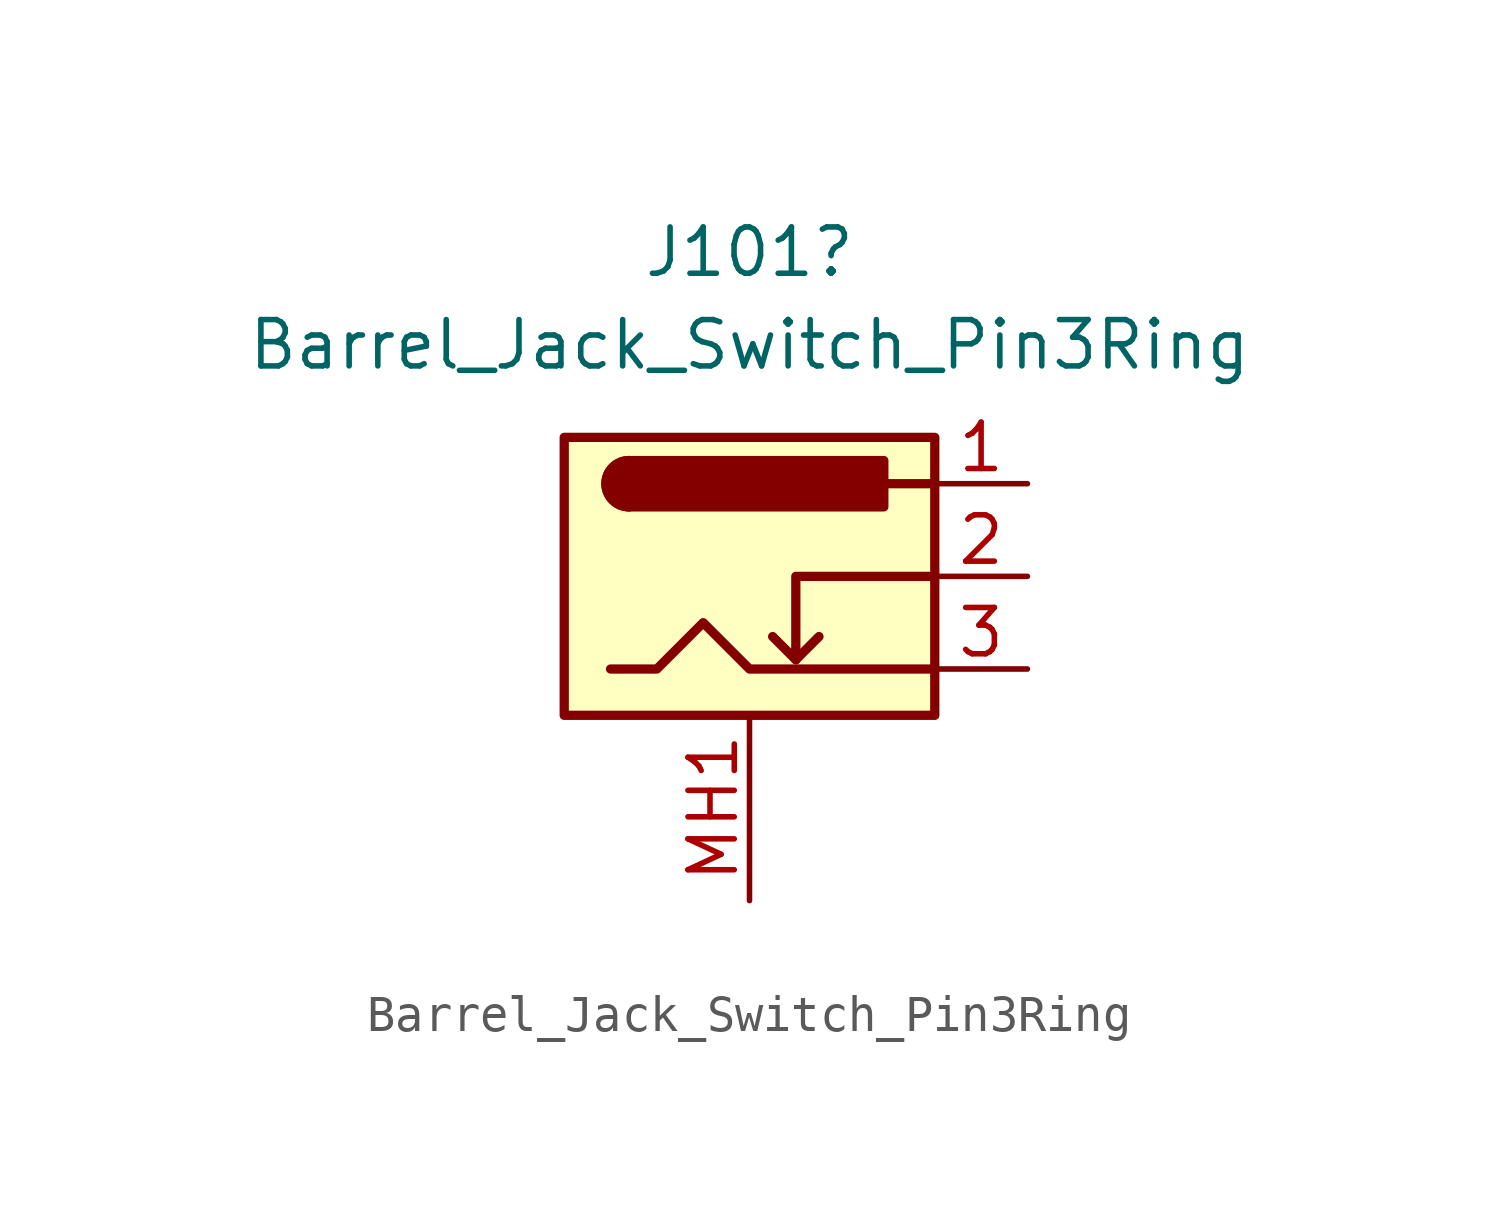
<source format=kicad_sym>
(kicad_symbol_lib
  (version 20231120)
  (generator "kicad_symbol_editor")
  (generator_version "8.0")
  (symbol "Barrel_Jack_Switch_Pin3Ring"
    (pin_names hide)
    (property "Reference" "J101"
      (at 0 8.89 0)
      (effects (font (size 1.27 1.27))))
    (property "Value" "Barrel_Jack_Switch_Pin3Ring"
      (at 0 6.35 0)
      (effects (font (size 1.27 1.27))))
    (symbol "Barrel_Jack_Switch_Pin3Ring_0_1"
      (rectangle (start -5.08 3.81) (end 5.08 -3.81) (stroke (width 0.254) (type default)) (fill (type background)))
      (arc (start -3.302 3.175) (mid -3.9343 2.54) (end -3.302 1.905) (stroke (width 0.254) (type default)) (fill (type none)))
      (arc (start -3.302 3.175) (mid -3.9343 2.54) (end -3.302 1.905) (stroke (width 0.254) (type default)) (fill (type outline)))
      (polyline (pts (xy 1.27 -2.286) (xy 1.905 -1.651)) (stroke (width 0.254) (type default)) (fill (type none)))
      (polyline (pts (xy 5.08 2.54) (xy 3.81 2.54)) (stroke (width 0.254) (type default)) (fill (type none)))
      (polyline (pts (xy 5.08 0) (xy 1.27 0) (xy 1.27 -2.286) (xy 0.635 -1.651)) (stroke (width 0.254) (type default)) (fill (type none)))
      (polyline (pts (xy -3.81 -2.54) (xy -2.54 -2.54) (xy -1.27 -1.27) (xy 0 -2.54) (xy 2.54 -2.54) (xy 5.08 -2.54)) (stroke (width 0.254) (type default)) (fill (type none)))
      (rectangle (start 3.683 3.175) (end -3.302 1.905) (stroke (width 0.254) (type default)) (fill (type outline))))
    (symbol "Barrel_Jack_Switch_Pin3Ring_1_1"
      (pin passive line (at 7.62 2.54 180) (length 2.54) (name "~" (effects (font (size 1.27 1.27)))) (number "1" (effects (font (size 1.27 1.27)))))
      (pin passive line (at 7.62 0 180) (length 2.54) (name "~" (effects (font (size 1.27 1.27)))) (number "2" (effects (font (size 1.27 1.27)))))
      (pin passive line (at 7.62 -2.54 180) (length 2.54) (name "~" (effects (font (size 1.27 1.27)))) (number "3" (effects (font (size 1.27 1.27)))))
      (pin passive line (at 0 -8.89 90) (length 5.08) (name "~" (effects (font (size 1.27 1.27)))) (number "MH1" (effects (font (size 1.27 1.27))))))))
</source>
